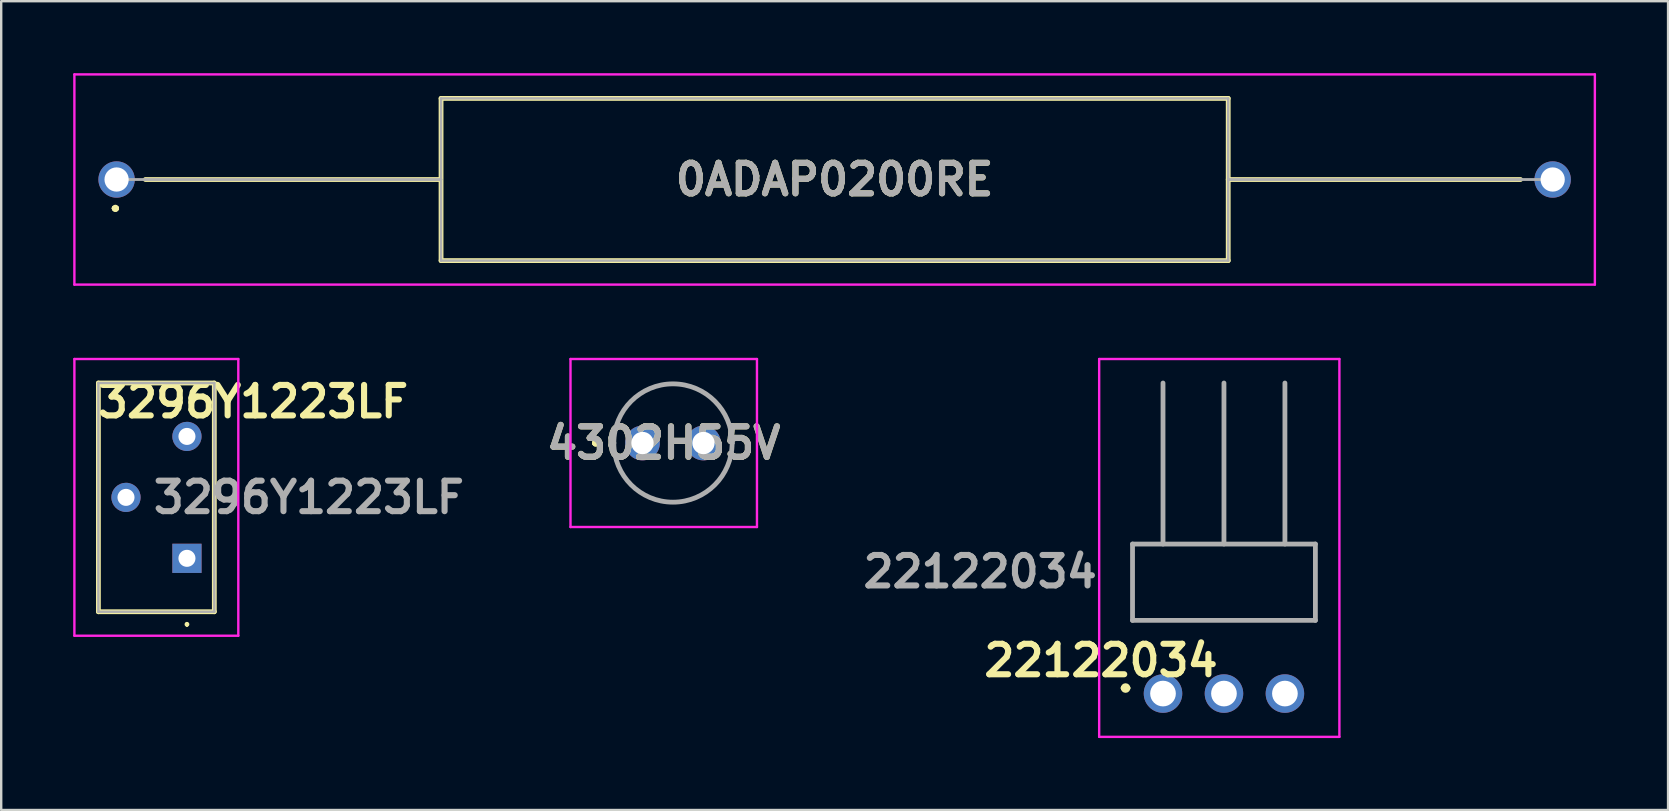
<source format=kicad_pcb>
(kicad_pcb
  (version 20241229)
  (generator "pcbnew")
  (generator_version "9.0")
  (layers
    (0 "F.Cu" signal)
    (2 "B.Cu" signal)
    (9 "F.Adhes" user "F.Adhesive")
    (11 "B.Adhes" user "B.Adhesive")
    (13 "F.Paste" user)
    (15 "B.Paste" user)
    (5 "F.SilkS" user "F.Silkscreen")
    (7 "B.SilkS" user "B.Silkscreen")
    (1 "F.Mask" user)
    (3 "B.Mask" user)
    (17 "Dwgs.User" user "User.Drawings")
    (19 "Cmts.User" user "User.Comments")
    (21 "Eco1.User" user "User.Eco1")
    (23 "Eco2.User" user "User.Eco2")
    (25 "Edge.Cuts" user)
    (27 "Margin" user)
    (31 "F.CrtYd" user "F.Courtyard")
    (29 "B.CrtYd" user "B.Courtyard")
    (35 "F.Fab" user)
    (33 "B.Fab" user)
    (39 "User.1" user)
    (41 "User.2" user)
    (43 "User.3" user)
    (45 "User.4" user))
  (footprint "3296Y1223LF"
    (layer "F.Cu")
    (at 4.74 20.215)
    (property "Reference" "3296Y1223LF" (at 2.754 -6.53 0) (layer "F.SilkS") (effects (font (size 1.27 1.27) (thickness 0.254))))
    (attr through_hole)
    (fp_line (start -3.69 -7.305) (end -3.69 2.225) (stroke (width 0.2) (type solid)) (layer "F.SilkS"))
    (fp_line (start -3.69 2.225) (end 1.14 2.225) (stroke (width 0.2) (type solid)) (layer "F.SilkS"))
    (fp_line (start 0 2.7) (end 0 2.7) (stroke (width 0.1) (type solid)) (layer "F.SilkS"))
    (fp_line (start 0 2.8) (end 0 2.8) (stroke (width 0.1) (type solid)) (layer "F.SilkS"))
    (fp_line (start 1.14 -7.305) (end -3.69 -7.305) (stroke (width 0.2) (type solid)) (layer "F.SilkS"))
    (fp_line (start 1.14 2.225) (end 1.14 -7.305) (stroke (width 0.2) (type solid)) (layer "F.SilkS"))
    (fp_arc (start 0 2.7) (mid 0.05 2.75) (end 0 2.8) (stroke (width 0.1) (type solid)) (layer "F.SilkS"))
    (fp_arc (start 0 2.8) (mid -0.05 2.75) (end 0 2.7) (stroke (width 0.1) (type solid)) (layer "F.SilkS"))
    (fp_line (start -4.69 -8.305) (end -4.69 3.225) (stroke (width 0.1) (type solid)) (layer "F.CrtYd"))
    (fp_line (start -4.69 3.225) (end 2.14 3.225) (stroke (width 0.1) (type solid)) (layer "F.CrtYd"))
    (fp_line (start 2.14 -8.305) (end -4.69 -8.305) (stroke (width 0.1) (type solid)) (layer "F.CrtYd"))
    (fp_line (start 2.14 3.225) (end 2.14 -8.305) (stroke (width 0.1) (type solid)) (layer "F.CrtYd"))
    (fp_line (start -3.69 -7.305) (end -3.69 2.225) (stroke (width 0.1) (type solid)) (layer "F.Fab"))
    (fp_line (start -3.69 2.225) (end 1.14 2.225) (stroke (width 0.1) (type solid)) (layer "F.Fab"))
    (fp_line (start 1.14 -7.305) (end -3.69 -7.305) (stroke (width 0.1) (type solid)) (layer "F.Fab"))
    (fp_line (start 1.14 2.225) (end 1.14 -7.305) (stroke (width 0.1) (type solid)) (layer "F.Fab"))
    (fp_text user "${REFERENCE}" (at 5.08 -2.54 0) (layer "F.Fab") (effects (font (size 1.27 1.27) (thickness 0.254))))
    (pad "1" thru_hole rect (at 0 0) (size 1.217 1.217) (drill 0.71) (layers "*.Cu" "*.Mask"))
    (pad "2" thru_hole circle (at -2.54 -2.54) (size 1.217 1.217) (drill 0.71) (layers "*.Cu" "*.Mask"))
    (pad "3" thru_hole circle (at 0 -5.08) (size 1.217 1.217) (drill 0.71) (layers "*.Cu" "*.Mask")))
  (footprint "4302H55V"
    (layer "F.Cu")
    (at 23.722 15.41)
    (property "Reference" "4302H55V" (at 0.885 0 0) (layer "F.SilkS") (effects (font (size 1.27 1.27) (thickness 0.254))))
    (attr through_hole)
    (fp_line (start -2 0) (end -2 0) (stroke (width 0.2) (type solid)) (layer "F.SilkS"))
    (fp_line (start -2 0) (end -2 0) (stroke (width 0.2) (type solid)) (layer "F.SilkS"))
    (fp_line (start -1.9 0) (end -1.9 0) (stroke (width 0.2) (type solid)) (layer "F.SilkS"))
    (fp_line (start -1.195 0) (end -1.195 0) (stroke (width 0.1) (type solid)) (layer "F.SilkS"))
    (fp_line (start 3.735 0) (end 3.735 0) (stroke (width 0.1) (type solid)) (layer "F.SilkS"))
    (fp_arc (start -2 0) (mid -1.95 -0.05) (end -1.9 0) (stroke (width 0.2) (type solid)) (layer "F.SilkS"))
    (fp_arc (start -1.9 0) (mid -1.95 0.05) (end -2 0) (stroke (width 0.2) (type solid)) (layer "F.SilkS"))
    (fp_arc (start -1.9 0) (mid -1.95 0.05) (end -2 0) (stroke (width 0.2) (type solid)) (layer "F.SilkS"))
    (fp_arc (start -1.195 0) (mid 1.27 -2.465) (end 3.735 0) (stroke (width 0.1) (type solid)) (layer "F.SilkS"))
    (fp_arc (start 3.735 0) (mid 1.27 2.465) (end -1.195 0) (stroke (width 0.1) (type solid)) (layer "F.SilkS"))
    (fp_line (start -3 -3.5) (end 4.77 -3.5) (stroke (width 0.1) (type solid)) (layer "F.CrtYd"))
    (fp_line (start -3 3.5) (end -3 -3.5) (stroke (width 0.1) (type solid)) (layer "F.CrtYd"))
    (fp_line (start 4.77 -3.5) (end 4.77 3.5) (stroke (width 0.1) (type solid)) (layer "F.CrtYd"))
    (fp_line (start 4.77 3.5) (end -3 3.5) (stroke (width 0.1) (type solid)) (layer "F.CrtYd"))
    (fp_line (start -1.195 0) (end -1.195 0) (stroke (width 0.2) (type solid)) (layer "F.Fab"))
    (fp_line (start 3.735 0) (end 3.735 0) (stroke (width 0.2) (type solid)) (layer "F.Fab"))
    (fp_arc (start -1.195 0) (mid 1.27 -2.465) (end 3.735 0) (stroke (width 0.2) (type solid)) (layer "F.Fab"))
    (fp_arc (start 3.735 0) (mid 1.27 2.465) (end -1.195 0) (stroke (width 0.2) (type solid)) (layer "F.Fab"))
    (fp_text user "${REFERENCE}" (at 0.885 0 0) (layer "F.Fab") (effects (font (size 1.27 1.27) (thickness 0.254))))
    (pad "1" thru_hole circle (at 0 0) (size 1.447 1.447) (drill 0.93) (layers "*.Cu" "*.Mask"))
    (pad "2" thru_hole circle (at 2.54 0) (size 1.447 1.447) (drill 0.93) (layers "*.Cu" "*.Mask")))
  (footprint "22122034"
    (layer "F.Cu")
    (at 45.411 25.85)
    (property "Reference" "22122034" (at -2.584 -1.379 0) (layer "F.SilkS") (effects (font (size 1.27 1.27) (thickness 0.254))))
    (attr through_hole)
    (fp_line (start -1.66 -0.23) (end -1.66 -0.23) (stroke (width 0.2) (type solid)) (layer "F.SilkS"))
    (fp_line (start -1.46 -0.23) (end -1.46 -0.23) (stroke (width 0.2) (type solid)) (layer "F.SilkS"))
    (fp_line (start -1.27 -6.23) (end 6.35 -6.23) (stroke (width 0.1) (type solid)) (layer "F.SilkS"))
    (fp_line (start -1.27 -3.05) (end -1.27 -6.23) (stroke (width 0.1) (type solid)) (layer "F.SilkS"))
    (fp_line (start 6.35 -6.23) (end 6.35 -3.05) (stroke (width 0.1) (type solid)) (layer "F.SilkS"))
    (fp_line (start 6.35 -3.05) (end -1.27 -3.05) (stroke (width 0.1) (type solid)) (layer "F.SilkS"))
    (fp_arc (start -1.66 -0.23) (mid -1.56 -0.33) (end -1.46 -0.23) (stroke (width 0.2) (type solid)) (layer "F.SilkS"))
    (fp_arc (start -1.46 -0.23) (mid -1.56 -0.13) (end -1.66 -0.23) (stroke (width 0.2) (type solid)) (layer "F.SilkS"))
    (fp_line (start -2.66 -13.94) (end 7.35 -13.94) (stroke (width 0.1) (type solid)) (layer "F.CrtYd"))
    (fp_line (start -2.66 1.803) (end -2.66 -13.94) (stroke (width 0.1) (type solid)) (layer "F.CrtYd"))
    (fp_line (start 7.35 -13.94) (end 7.35 1.803) (stroke (width 0.1) (type solid)) (layer "F.CrtYd"))
    (fp_line (start 7.35 1.803) (end -2.66 1.803) (stroke (width 0.1) (type solid)) (layer "F.CrtYd"))
    (fp_line (start -1.27 -6.23) (end 6.35 -6.23) (stroke (width 0.2) (type solid)) (layer "F.Fab"))
    (fp_line (start -1.27 -3.05) (end -1.27 -6.23) (stroke (width 0.2) (type solid)) (layer "F.Fab"))
    (fp_line (start 0 -6.23) (end 0 -12.94) (stroke (width 0.2) (type solid)) (layer "F.Fab"))
    (fp_line (start 2.54 -6.23) (end 2.54 -12.94) (stroke (width 0.2) (type solid)) (layer "F.Fab"))
    (fp_line (start 5.08 -6.23) (end 5.08 -12.94) (stroke (width 0.2) (type solid)) (layer "F.Fab"))
    (fp_line (start 6.35 -6.23) (end 6.35 -3.05) (stroke (width 0.2) (type solid)) (layer "F.Fab"))
    (fp_line (start 6.35 -3.05) (end -1.27 -3.05) (stroke (width 0.2) (type solid)) (layer "F.Fab"))
    (fp_text user "${REFERENCE}" (at -7.62 -5.08 0) (layer "F.Fab") (effects (font (size 1.27 1.27) (thickness 0.254))))
    (pad "1" thru_hole circle (at 0 0) (size 1.605 1.605) (drill 1.07) (layers "*.Cu" "*.Mask"))
    (pad "2" thru_hole circle (at 2.54 0) (size 1.605 1.605) (drill 1.07) (layers "*.Cu" "*.Mask"))
    (pad "3" thru_hole circle (at 5.08 0) (size 1.605 1.605) (drill 1.07) (layers "*.Cu" "*.Mask")))
  (footprint "0ADAP0200RE"
    (layer "F.Cu")
    (at 1.808 4.43)
    (property "Reference" "0ADAP0200RE" (at 29.92 0 0) (layer "F.SilkS") (effects (font (size 1.27 1.27) (thickness 0.254))))
    (attr through_hole)
    (fp_line (start -0.1 1.2) (end -0.1 1.2) (stroke (width 0.2) (type solid)) (layer "F.SilkS"))
    (fp_line (start -0.1 1.2) (end -0.1 1.2) (stroke (width 0.2) (type solid)) (layer "F.SilkS"))
    (fp_line (start 0 1.2) (end 0 1.2) (stroke (width 0.2) (type solid)) (layer "F.SilkS"))
    (fp_line (start 1.2 0) (end 13.5 0) (stroke (width 0.2) (type solid)) (layer "F.SilkS"))
    (fp_line (start 13.52 -3.38) (end 46.32 -3.38) (stroke (width 0.2) (type solid)) (layer "F.SilkS"))
    (fp_line (start 13.52 3.38) (end 13.52 -3.38) (stroke (width 0.2) (type solid)) (layer "F.SilkS"))
    (fp_line (start 46.32 -3.38) (end 46.32 3.38) (stroke (width 0.2) (type solid)) (layer "F.SilkS"))
    (fp_line (start 46.32 0) (end 58.5 0) (stroke (width 0.2) (type solid)) (layer "F.SilkS"))
    (fp_line (start 46.32 3.38) (end 13.52 3.38) (stroke (width 0.2) (type solid)) (layer "F.SilkS"))
    (fp_arc (start -0.1 1.2) (mid -0.05 1.15) (end 0 1.2) (stroke (width 0.2) (type solid)) (layer "F.SilkS"))
    (fp_arc (start 0 1.2) (mid -0.05 1.25) (end -0.1 1.2) (stroke (width 0.2) (type solid)) (layer "F.SilkS"))
    (fp_arc (start 0 1.2) (mid -0.05 1.25) (end -0.1 1.2) (stroke (width 0.2) (type solid)) (layer "F.SilkS"))
    (fp_line (start -1.758 -4.38) (end 61.598 -4.38) (stroke (width 0.1) (type solid)) (layer "F.CrtYd"))
    (fp_line (start -1.758 4.38) (end -1.758 -4.38) (stroke (width 0.1) (type solid)) (layer "F.CrtYd"))
    (fp_line (start 61.598 -4.38) (end 61.598 4.38) (stroke (width 0.1) (type solid)) (layer "F.CrtYd"))
    (fp_line (start 61.598 4.38) (end -1.758 4.38) (stroke (width 0.1) (type solid)) (layer "F.CrtYd"))
    (fp_line (start 0 0) (end 0 0) (stroke (width 0.1) (type solid)) (layer "F.Fab"))
    (fp_line (start 0 0) (end 13.52 0) (stroke (width 0.1) (type solid)) (layer "F.Fab"))
    (fp_line (start 13.52 -3.38) (end 13.52 3.38) (stroke (width 0.1) (type solid)) (layer "F.Fab"))
    (fp_line (start 13.52 0) (end 0 0) (stroke (width 0.1) (type solid)) (layer "F.Fab"))
    (fp_line (start 13.52 0) (end 13.52 0) (stroke (width 0.1) (type solid)) (layer "F.Fab"))
    (fp_line (start 13.52 3.38) (end 46.32 3.38) (stroke (width 0.1) (type solid)) (layer "F.Fab"))
    (fp_line (start 46.32 -3.38) (end 13.52 -3.38) (stroke (width 0.1) (type solid)) (layer "F.Fab"))
    (fp_line (start 46.32 0) (end 46.32 0) (stroke (width 0.1) (type solid)) (layer "F.Fab"))
    (fp_line (start 46.32 0) (end 59.84 0) (stroke (width 0.1) (type solid)) (layer "F.Fab"))
    (fp_line (start 46.32 3.38) (end 46.32 -3.38) (stroke (width 0.1) (type solid)) (layer "F.Fab"))
    (fp_line (start 59.84 0) (end 46.32 0) (stroke (width 0.1) (type solid)) (layer "F.Fab"))
    (fp_line (start 59.84 0) (end 59.84 0) (stroke (width 0.1) (type solid)) (layer "F.Fab"))
    (fp_text user "${REFERENCE}" (at 29.92 0 0) (layer "F.Fab") (effects (font (size 1.27 1.27) (thickness 0.254))))
    (pad "1" thru_hole circle (at 0 0) (size 1.515 1.515) (drill 1.01) (layers "*.Cu" "*.Mask"))
    (pad "2" thru_hole circle (at 59.84 0) (size 1.515 1.515) (drill 1.01) (layers "*.Cu" "*.Mask")))
  (gr_rect
    (start -3 -3)
    (end 66.456 30.703)
    (stroke (width 0.1) (type default))
    (fill no)
    (layer "Edge.Cuts")))
</source>
